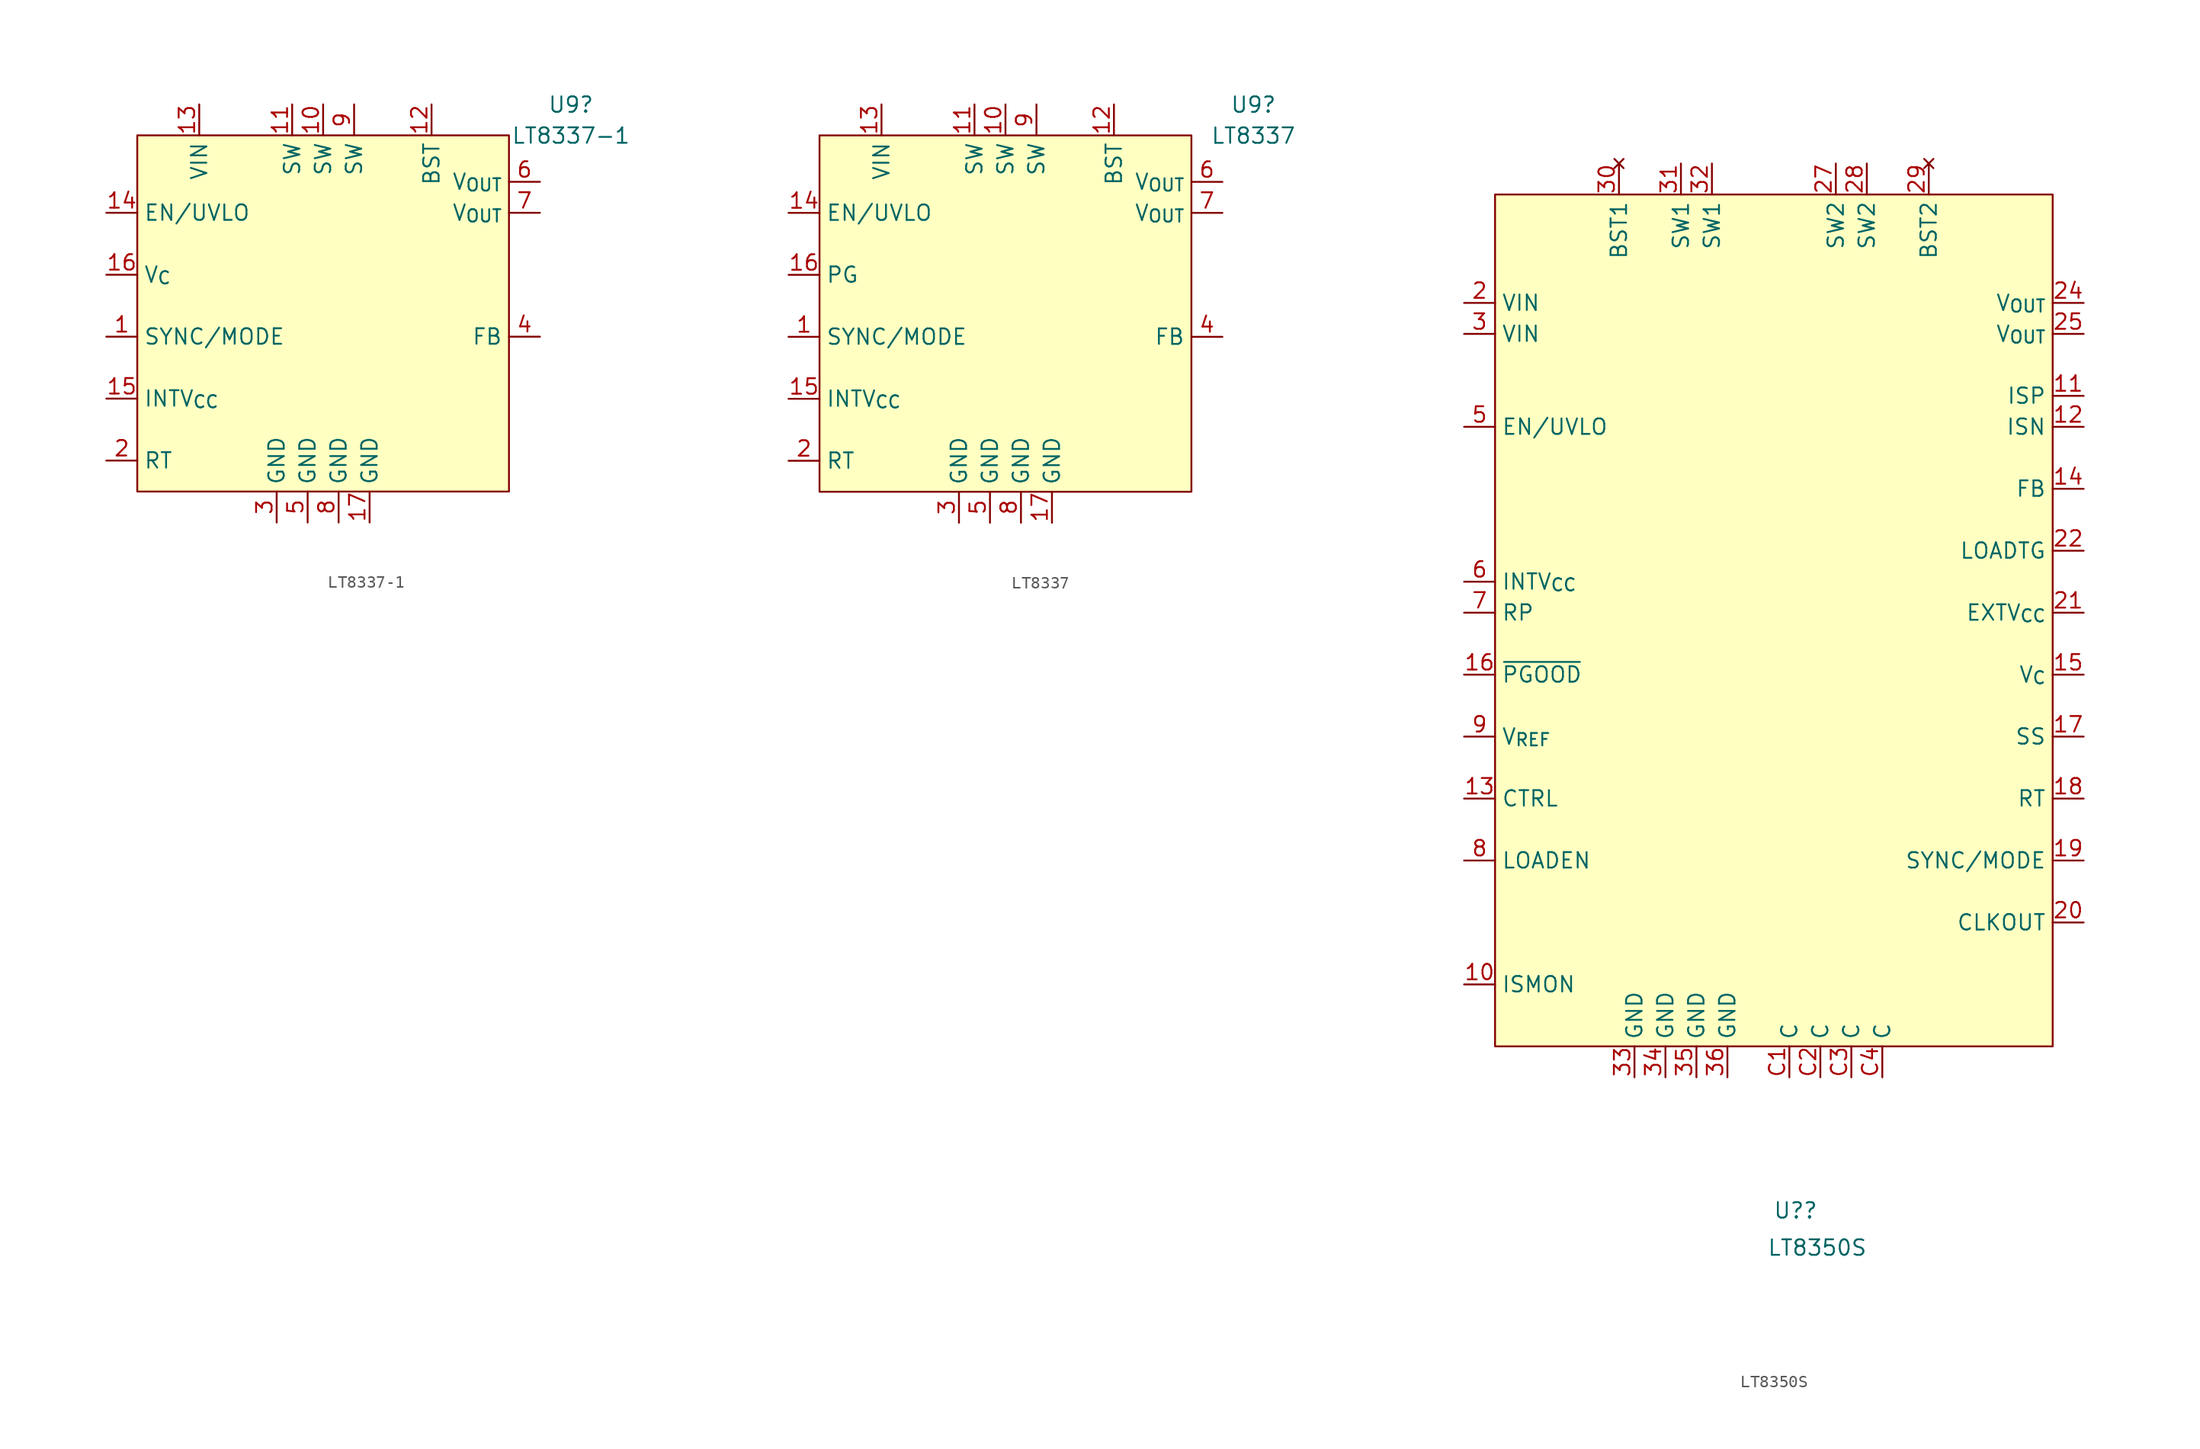
<source format=kicad_sym>
(kicad_symbol_lib
  (version 20241209)
  (generator "kicad_symbol_editor")
  (generator_version "9.0")
  (symbol "LT8337-1"
    (property "Reference" "U9"
      (at 20.32 16.479 0)
      (effects (font (size 1.27 1.27))))
    (property "Value" "LT8337-1"
      (at 20.32 13.939 0)
      (effects (font (size 1.27 1.27))))
    (symbol "LT8337-1_1_1"
      (rectangle (start -15.24 13.97) (end 15.24 -15.24) (stroke (width 0) (type default)) (fill (type background)))
      (pin input line (at -17.78 7.62 0) (length 2.54) (name "EN/UVLO" (effects (font (size 1.27 1.27)))) (number "14" (effects (font (size 1.27 1.27)))))
      (pin input line (at -17.78 2.54 0) (length 2.54) (name "V_{C}" (effects (font (size 1.27 1.27)))) (number "16" (effects (font (size 1.27 1.27)))))
      (pin input line (at -17.78 -2.54 0) (length 2.54) (name "SYNC/MODE" (effects (font (size 1.27 1.27)))) (number "1" (effects (font (size 1.27 1.27)))))
      (pin passive line (at -17.78 -7.62 0) (length 2.54) (name "INTV_{CC}" (effects (font (size 1.27 1.27)))) (number "15" (effects (font (size 1.27 1.27)))))
      (pin passive line (at -17.78 -12.7 0) (length 2.54) (name "RT" (effects (font (size 1.27 1.27)))) (number "2" (effects (font (size 1.27 1.27)))))
      (pin power_in line (at -10.16 16.51 270) (length 2.54) (name "VIN" (effects (font (size 1.27 1.27)))) (number "13" (effects (font (size 1.27 1.27)))))
      (pin power_in line (at -3.81 -17.78 90) (length 2.54) (name "GND" (effects (font (size 1.27 1.27)))) (number "3" (effects (font (size 1.27 1.27)))))
      (pin power_out line (at -2.54 16.51 270) (length 2.54) (name "SW" (effects (font (size 1.27 1.27)))) (number "11" (effects (font (size 1.27 1.27)))))
      (pin power_in line (at -1.27 -17.78 90) (length 2.54) (name "GND" (effects (font (size 1.27 1.27)))) (number "5" (effects (font (size 1.27 1.27)))))
      (pin power_out line (at 0 16.51 270) (length 2.54) (name "SW" (effects (font (size 1.27 1.27)))) (number "10" (effects (font (size 1.27 1.27)))))
      (pin power_in line (at 1.27 -17.78 90) (length 2.54) (name "GND" (effects (font (size 1.27 1.27)))) (number "8" (effects (font (size 1.27 1.27)))))
      (pin power_out line (at 2.54 16.51 270) (length 2.54) (name "SW" (effects (font (size 1.27 1.27)))) (number "9" (effects (font (size 1.27 1.27)))))
      (pin power_in line (at 3.81 -17.78 90) (length 2.54) (name "GND" (effects (font (size 1.27 1.27)))) (number "17" (effects (font (size 1.27 1.27)))))
      (pin passive line (at 8.89 16.51 270) (length 2.54) (name "BST" (effects (font (size 1.27 1.27)))) (number "12" (effects (font (size 1.27 1.27)))))
      (pin power_out line (at 17.78 10.16 180) (length 2.54) (name "V_{OUT}" (effects (font (size 1.27 1.27)))) (number "6" (effects (font (size 1.27 1.27)))))
      (pin power_out line (at 17.78 7.62 180) (length 2.54) (name "V_{OUT}" (effects (font (size 1.27 1.27)))) (number "7" (effects (font (size 1.27 1.27)))))
      (pin input line (at 17.78 -2.54 180) (length 2.54) (name "FB" (effects (font (size 1.27 1.27)))) (number "4" (effects (font (size 1.27 1.27)))))))
  (symbol "LT8337"
    (property "Reference" "U9"
      (at 20.32 16.479 0)
      (effects (font (size 1.27 1.27))))
    (property "Value" "LT8337"
      (at 20.32 13.939 0)
      (effects (font (size 1.27 1.27))))
    (symbol "LT8337_1_1"
      (rectangle (start -15.24 13.97) (end 15.24 -15.24) (stroke (width 0) (type default)) (fill (type background)))
      (pin input line (at -17.78 7.62 0) (length 2.54) (name "EN/UVLO" (effects (font (size 1.27 1.27)))) (number "14" (effects (font (size 1.27 1.27)))))
      (pin input line (at -17.78 2.54 0) (length 2.54) (name "PG" (effects (font (size 1.27 1.27)))) (number "16" (effects (font (size 1.27 1.27)))))
      (pin input line (at -17.78 -2.54 0) (length 2.54) (name "SYNC/MODE" (effects (font (size 1.27 1.27)))) (number "1" (effects (font (size 1.27 1.27)))))
      (pin passive line (at -17.78 -7.62 0) (length 2.54) (name "INTV_{CC}" (effects (font (size 1.27 1.27)))) (number "15" (effects (font (size 1.27 1.27)))))
      (pin passive line (at -17.78 -12.7 0) (length 2.54) (name "RT" (effects (font (size 1.27 1.27)))) (number "2" (effects (font (size 1.27 1.27)))))
      (pin power_in line (at -10.16 16.51 270) (length 2.54) (name "VIN" (effects (font (size 1.27 1.27)))) (number "13" (effects (font (size 1.27 1.27)))))
      (pin power_in line (at -3.81 -17.78 90) (length 2.54) (name "GND" (effects (font (size 1.27 1.27)))) (number "3" (effects (font (size 1.27 1.27)))))
      (pin power_out line (at -2.54 16.51 270) (length 2.54) (name "SW" (effects (font (size 1.27 1.27)))) (number "11" (effects (font (size 1.27 1.27)))))
      (pin power_in line (at -1.27 -17.78 90) (length 2.54) (name "GND" (effects (font (size 1.27 1.27)))) (number "5" (effects (font (size 1.27 1.27)))))
      (pin power_out line (at 0 16.51 270) (length 2.54) (name "SW" (effects (font (size 1.27 1.27)))) (number "10" (effects (font (size 1.27 1.27)))))
      (pin power_in line (at 1.27 -17.78 90) (length 2.54) (name "GND" (effects (font (size 1.27 1.27)))) (number "8" (effects (font (size 1.27 1.27)))))
      (pin power_out line (at 2.54 16.51 270) (length 2.54) (name "SW" (effects (font (size 1.27 1.27)))) (number "9" (effects (font (size 1.27 1.27)))))
      (pin power_in line (at 3.81 -17.78 90) (length 2.54) (name "GND" (effects (font (size 1.27 1.27)))) (number "17" (effects (font (size 1.27 1.27)))))
      (pin passive line (at 8.89 16.51 270) (length 2.54) (name "BST" (effects (font (size 1.27 1.27)))) (number "12" (effects (font (size 1.27 1.27)))))
      (pin power_out line (at 17.78 10.16 180) (length 2.54) (name "V_{OUT}" (effects (font (size 1.27 1.27)))) (number "6" (effects (font (size 1.27 1.27)))))
      (pin power_out line (at 17.78 7.62 180) (length 2.54) (name "V_{OUT}" (effects (font (size 1.27 1.27)))) (number "7" (effects (font (size 1.27 1.27)))))
      (pin input line (at 17.78 -2.54 180) (length 2.54) (name "FB" (effects (font (size 1.27 1.27)))) (number "4" (effects (font (size 1.27 1.27)))))))
  (symbol "LT8350S"
    (property "Reference" "U?"
      (at 1.778 -51.562 0)
      (effects (font (size 1.27 1.27))))
    (property "Value" "LT8350S"
      (at 3.556 -54.61 0)
      (effects (font (size 1.27 1.27))))
    (symbol "LT8350S_1_1"
      (rectangle (start -22.86 31.75) (end 22.86 -38.1) (stroke (width 0) (type solid)) (fill (type background)))
      (pin power_in line (at -25.4 22.86 0) (length 2.54) (name "VIN" (effects (font (size 1.27 1.27)))) (number "2" (effects (font (size 1.27 1.27)))))
      (pin power_in line (at -25.4 20.32 0) (length 2.54) (name "VIN" (effects (font (size 1.27 1.27)))) (number "3" (effects (font (size 1.27 1.27)))))
      (pin input line (at -25.4 12.7 0) (length 2.54) (name "EN/UVLO" (effects (font (size 1.27 1.27)))) (number "5" (effects (font (size 1.27 1.27)))))
      (pin output line (at -25.4 0 0) (length 2.54) (name "INTV_{CC}" (effects (font (size 1.27 1.27)))) (number "6" (effects (font (size 1.27 1.27)))))
      (pin passive line (at -25.4 -2.54 0) (length 2.54) (name "RP" (effects (font (size 1.27 1.27)))) (number "7" (effects (font (size 1.27 1.27)))))
      (pin open_collector line (at -25.4 -7.62 0) (length 2.54) (name "~{PGOOD}" (effects (font (size 1.27 1.27)))) (number "16" (effects (font (size 1.27 1.27)))))
      (pin output line (at -25.4 -12.7 0) (length 2.54) (name "V_{REF}" (effects (font (size 1.27 1.27)))) (number "9" (effects (font (size 1.27 1.27)))))
      (pin input line (at -25.4 -17.78 0) (length 2.54) (name "CTRL" (effects (font (size 1.27 1.27)))) (number "13" (effects (font (size 1.27 1.27)))))
      (pin input line (at -25.4 -22.86 0) (length 2.54) (name "LOADEN" (effects (font (size 1.27 1.27)))) (number "8" (effects (font (size 1.27 1.27)))))
      (pin output line (at -25.4 -33.02 0) (length 2.54) (name "ISMON" (effects (font (size 1.27 1.27)))) (number "10" (effects (font (size 1.27 1.27)))))
      (pin no_connect line (at -12.7 34.29 270) (length 2.54) (name "BST1" (effects (font (size 1.27 1.27)))) (number "30" (effects (font (size 1.27 1.27)))))
      (pin power_in line (at -11.43 -40.64 90) (length 2.54) (name "GND" (effects (font (size 1.27 1.27)))) (number "33" (effects (font (size 1.27 1.27)))))
      (pin power_in line (at -8.89 -40.64 90) (length 2.54) (name "GND" (effects (font (size 1.27 1.27)))) (number "34" (effects (font (size 1.27 1.27)))))
      (pin output line (at -7.62 34.29 270) (length 2.54) (name "SW1" (effects (font (size 1.27 1.27)))) (number "31" (effects (font (size 1.27 1.27)))))
      (pin power_in line (at -6.35 -40.64 90) (length 2.54) (name "GND" (effects (font (size 1.27 1.27)))) (number "35" (effects (font (size 1.27 1.27)))))
      (pin output line (at -5.08 34.29 270) (length 2.54) (name "SW1" (effects (font (size 1.27 1.27)))) (number "32" (effects (font (size 1.27 1.27)))))
      (pin power_in line (at -3.81 -40.64 90) (length 2.54) (name "GND" (effects (font (size 1.27 1.27)))) (number "36" (effects (font (size 1.27 1.27)))))
      (pin free line (at 1.27 -40.64 90) (length 2.54) (name "C" (effects (font (size 1.27 1.27)))) (number "C1" (effects (font (size 1.27 1.27)))))
      (pin free line (at 3.81 -40.64 90) (length 2.54) (name "C" (effects (font (size 1.27 1.27)))) (number "C2" (effects (font (size 1.27 1.27)))))
      (pin output line (at 5.08 34.29 270) (length 2.54) (name "SW2" (effects (font (size 1.27 1.27)))) (number "27" (effects (font (size 1.27 1.27)))))
      (pin free line (at 6.35 -40.64 90) (length 2.54) (name "C" (effects (font (size 1.27 1.27)))) (number "C3" (effects (font (size 1.27 1.27)))))
      (pin output line (at 7.62 34.29 270) (length 2.54) (name "SW2" (effects (font (size 1.27 1.27)))) (number "28" (effects (font (size 1.27 1.27)))))
      (pin free line (at 8.89 -40.64 90) (length 2.54) (name "C" (effects (font (size 1.27 1.27)))) (number "C4" (effects (font (size 1.27 1.27)))))
      (pin no_connect line (at 12.7 34.29 270) (length 2.54) (name "BST2" (effects (font (size 1.27 1.27)))) (number "29" (effects (font (size 1.27 1.27)))))
      (pin power_out line (at 25.4 22.86 180) (length 2.54) (name "V_{OUT}" (effects (font (size 1.27 1.27)))) (number "24" (effects (font (size 1.27 1.27)))))
      (pin power_out line (at 25.4 20.32 180) (length 2.54) (name "V_{OUT}" (effects (font (size 1.27 1.27)))) (number "25" (effects (font (size 1.27 1.27)))))
      (pin input line (at 25.4 15.24 180) (length 2.54) (name "ISP" (effects (font (size 1.27 1.27)))) (number "11" (effects (font (size 1.27 1.27)))))
      (pin input line (at 25.4 12.7 180) (length 2.54) (name "ISN" (effects (font (size 1.27 1.27)))) (number "12" (effects (font (size 1.27 1.27)))))
      (pin input line (at 25.4 7.62 180) (length 2.54) (name "FB" (effects (font (size 1.27 1.27)))) (number "14" (effects (font (size 1.27 1.27)))))
      (pin output line (at 25.4 2.54 180) (length 2.54) (name "LOADTG" (effects (font (size 1.27 1.27)))) (number "22" (effects (font (size 1.27 1.27)))))
      (pin input line (at 25.4 -2.54 180) (length 2.54) (name "EXTV_{CC}" (effects (font (size 1.27 1.27)))) (number "21" (effects (font (size 1.27 1.27)))))
      (pin input line (at 25.4 -7.62 180) (length 2.54) (name "V_{C}" (effects (font (size 1.27 1.27)))) (number "15" (effects (font (size 1.27 1.27)))))
      (pin input line (at 25.4 -12.7 180) (length 2.54) (name "SS" (effects (font (size 1.27 1.27)))) (number "17" (effects (font (size 1.27 1.27)))))
      (pin input line (at 25.4 -17.78 180) (length 2.54) (name "RT" (effects (font (size 1.27 1.27)))) (number "18" (effects (font (size 1.27 1.27)))))
      (pin input line (at 25.4 -22.86 180) (length 2.54) (name "SYNC/MODE" (effects (font (size 1.27 1.27)))) (number "19" (effects (font (size 1.27 1.27)))))
      (pin output line (at 25.4 -27.94 180) (length 2.54) (name "CLKOUT" (effects (font (size 1.27 1.27)))) (number "20" (effects (font (size 1.27 1.27))))))))
</source>
